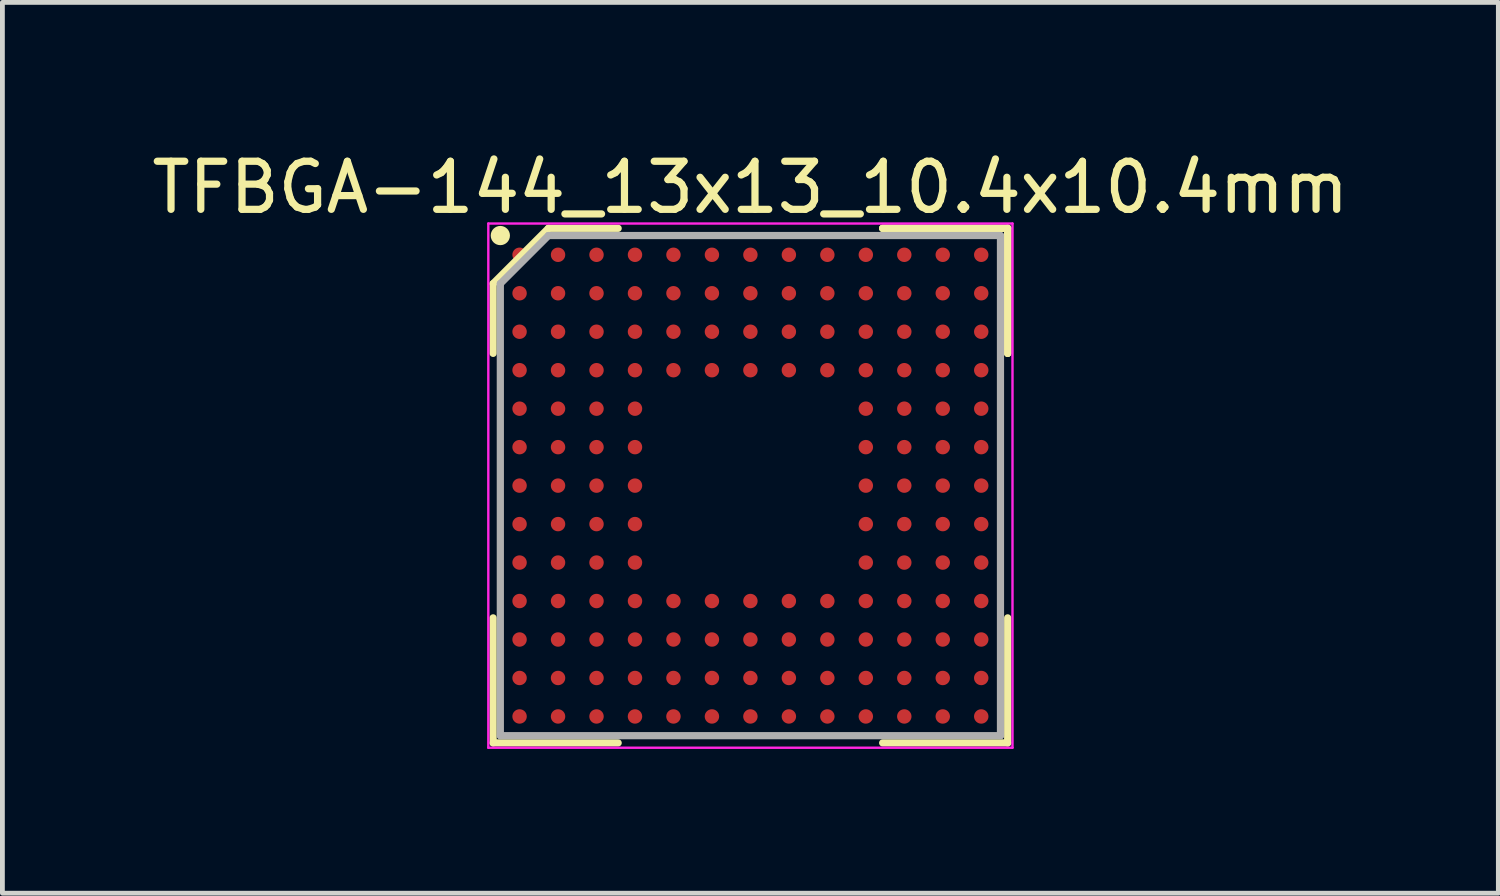
<source format=kicad_pcb>
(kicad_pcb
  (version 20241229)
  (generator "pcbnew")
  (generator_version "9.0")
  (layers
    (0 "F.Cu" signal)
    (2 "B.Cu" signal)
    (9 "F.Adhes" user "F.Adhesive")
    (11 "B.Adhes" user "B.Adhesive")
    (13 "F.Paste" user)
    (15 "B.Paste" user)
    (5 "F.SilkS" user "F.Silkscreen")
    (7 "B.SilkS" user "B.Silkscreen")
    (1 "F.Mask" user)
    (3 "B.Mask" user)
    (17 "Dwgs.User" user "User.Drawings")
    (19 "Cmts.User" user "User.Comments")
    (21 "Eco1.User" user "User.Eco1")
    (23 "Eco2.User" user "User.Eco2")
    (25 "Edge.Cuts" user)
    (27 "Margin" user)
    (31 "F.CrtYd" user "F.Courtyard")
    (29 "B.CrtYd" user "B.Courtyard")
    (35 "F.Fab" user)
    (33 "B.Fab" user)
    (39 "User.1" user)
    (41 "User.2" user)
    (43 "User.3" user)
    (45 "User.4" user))
  (footprint "TFBGA-144_13x13_10.4x10.4mm"
    (layer "F.Cu")
    (at 12.554 7.048)
    (property "Reference" "TFBGA-144_13x13_10.4x10.4mm" (at 0 -6.2 0) (layer "F.SilkS") (effects (font (size 1 1) (thickness 0.15))))
    (attr smd)
    (fp_line (start -5.35 -4.2) (end -5.35 -2.75) (stroke (width 0.15) (type solid)) (layer "F.SilkS"))
    (fp_line (start -5.35 5.35) (end -5.35 2.75) (stroke (width 0.15) (type solid)) (layer "F.SilkS"))
    (fp_line (start -4.2 -5.35) (end -5.35 -4.2) (stroke (width 0.15) (type solid)) (layer "F.SilkS"))
    (fp_line (start -2.75 -5.35) (end -4.2 -5.35) (stroke (width 0.15) (type solid)) (layer "F.SilkS"))
    (fp_line (start -2.75 5.35) (end -5.35 5.35) (stroke (width 0.15) (type solid)) (layer "F.SilkS"))
    (fp_line (start 2.75 -5.35) (end 5.35 -5.35) (stroke (width 0.15) (type solid)) (layer "F.SilkS"))
    (fp_line (start 2.75 -5.35) (end 5.35 -5.35) (stroke (width 0.15) (type solid)) (layer "F.SilkS"))
    (fp_line (start 2.75 -5.35) (end 5.35 -5.35) (stroke (width 0.15) (type solid)) (layer "F.SilkS"))
    (fp_line (start 2.75 5.35) (end 5.35 5.35) (stroke (width 0.15) (type solid)) (layer "F.SilkS"))
    (fp_line (start 5.35 -5.35) (end 5.35 -2.75) (stroke (width 0.15) (type solid)) (layer "F.SilkS"))
    (fp_line (start 5.35 -5.35) (end 5.35 -2.75) (stroke (width 0.15) (type solid)) (layer "F.SilkS"))
    (fp_line (start 5.35 -5.35) (end 5.35 -2.75) (stroke (width 0.15) (type solid)) (layer "F.SilkS"))
    (fp_line (start 5.35 5.35) (end 5.35 2.75) (stroke (width 0.15) (type solid)) (layer "F.SilkS"))
    (fp_circle (center -5.2 -5.2) (end -5.2 -5.1) (stroke (width 0.2) (type solid)) (fill no) (layer "F.SilkS"))
    (fp_line (start -5.45 -5.45) (end 5.45 -5.45) (stroke (width 0.05) (type solid)) (layer "F.CrtYd"))
    (fp_line (start -5.45 5.45) (end -5.45 -5.45) (stroke (width 0.05) (type solid)) (layer "F.CrtYd"))
    (fp_line (start 5.45 -5.45) (end 5.45 5.45) (stroke (width 0.05) (type solid)) (layer "F.CrtYd"))
    (fp_line (start 5.45 5.45) (end -5.45 5.45) (stroke (width 0.05) (type solid)) (layer "F.CrtYd"))
    (fp_line (start -5.2 -4.2) (end -5.2 5.2) (stroke (width 0.15) (type solid)) (layer "F.Fab"))
    (fp_line (start -5.2 5.2) (end 5.2 5.2) (stroke (width 0.15) (type solid)) (layer "F.Fab"))
    (fp_line (start -4.2 -5.2) (end -5.2 -4.2) (stroke (width 0.15) (type solid)) (layer "F.Fab"))
    (fp_line (start 5.2 -5.2) (end -4.2 -5.2) (stroke (width 0.15) (type solid)) (layer "F.Fab"))
    (fp_line (start 5.2 5.2) (end 5.2 -5.2) (stroke (width 0.15) (type solid)) (layer "F.Fab"))
    (pad "A1" smd circle (at -4.8 -4.8) (size 0.3 0.3) (layers "F.Cu" "F.Mask" "F.Paste"))
    (pad "A2" smd circle (at -4 -4.8) (size 0.3 0.3) (layers "F.Cu" "F.Mask" "F.Paste"))
    (pad "A3" smd circle (at -3.2 -4.8) (size 0.3 0.3) (layers "F.Cu" "F.Mask" "F.Paste"))
    (pad "A4" smd circle (at -2.4 -4.8) (size 0.3 0.3) (layers "F.Cu" "F.Mask" "F.Paste"))
    (pad "A5" smd circle (at -1.6 -4.8) (size 0.3 0.3) (layers "F.Cu" "F.Mask" "F.Paste"))
    (pad "A6" smd circle (at -0.8 -4.8) (size 0.3 0.3) (layers "F.Cu" "F.Mask" "F.Paste"))
    (pad "A7" smd circle (at 0 -4.8) (size 0.3 0.3) (layers "F.Cu" "F.Mask" "F.Paste"))
    (pad "A8" smd circle (at 0.8 -4.8) (size 0.3 0.3) (layers "F.Cu" "F.Mask" "F.Paste"))
    (pad "A9" smd circle (at 1.6 -4.8) (size 0.3 0.3) (layers "F.Cu" "F.Mask" "F.Paste"))
    (pad "A10" smd circle (at 2.4 -4.8) (size 0.3 0.3) (layers "F.Cu" "F.Mask" "F.Paste"))
    (pad "A11" smd circle (at 3.2 -4.8) (size 0.3 0.3) (layers "F.Cu" "F.Mask" "F.Paste"))
    (pad "A12" smd circle (at 4 -4.8) (size 0.3 0.3) (layers "F.Cu" "F.Mask" "F.Paste"))
    (pad "A13" smd circle (at 4.8 -4.8) (size 0.3 0.3) (layers "F.Cu" "F.Mask" "F.Paste"))
    (pad "B1" smd circle (at -4.8 -4) (size 0.3 0.3) (layers "F.Cu" "F.Mask" "F.Paste"))
    (pad "B2" smd circle (at -4 -4) (size 0.3 0.3) (layers "F.Cu" "F.Mask" "F.Paste"))
    (pad "B3" smd circle (at -3.2 -4) (size 0.3 0.3) (layers "F.Cu" "F.Mask" "F.Paste"))
    (pad "B4" smd circle (at -2.4 -4) (size 0.3 0.3) (layers "F.Cu" "F.Mask" "F.Paste"))
    (pad "B5" smd circle (at -1.6 -4) (size 0.3 0.3) (layers "F.Cu" "F.Mask" "F.Paste"))
    (pad "B6" smd circle (at -0.8 -4) (size 0.3 0.3) (layers "F.Cu" "F.Mask" "F.Paste"))
    (pad "B7" smd circle (at 0 -4) (size 0.3 0.3) (layers "F.Cu" "F.Mask" "F.Paste"))
    (pad "B8" smd circle (at 0.8 -4) (size 0.3 0.3) (layers "F.Cu" "F.Mask" "F.Paste"))
    (pad "B9" smd circle (at 1.6 -4) (size 0.3 0.3) (layers "F.Cu" "F.Mask" "F.Paste"))
    (pad "B10" smd circle (at 2.4 -4) (size 0.3 0.3) (layers "F.Cu" "F.Mask" "F.Paste"))
    (pad "B11" smd circle (at 3.2 -4) (size 0.3 0.3) (layers "F.Cu" "F.Mask" "F.Paste"))
    (pad "B12" smd circle (at 4 -4) (size 0.3 0.3) (layers "F.Cu" "F.Mask" "F.Paste"))
    (pad "B13" smd circle (at 4.8 -4) (size 0.3 0.3) (layers "F.Cu" "F.Mask" "F.Paste"))
    (pad "C1" smd circle (at -4.8 -3.2) (size 0.3 0.3) (layers "F.Cu" "F.Mask" "F.Paste"))
    (pad "C2" smd circle (at -4 -3.2) (size 0.3 0.3) (layers "F.Cu" "F.Mask" "F.Paste"))
    (pad "C3" smd circle (at -3.2 -3.2) (size 0.3 0.3) (layers "F.Cu" "F.Mask" "F.Paste"))
    (pad "C4" smd circle (at -2.4 -3.2) (size 0.3 0.3) (layers "F.Cu" "F.Mask" "F.Paste"))
    (pad "C5" smd circle (at -1.6 -3.2) (size 0.3 0.3) (layers "F.Cu" "F.Mask" "F.Paste"))
    (pad "C6" smd circle (at -0.8 -3.2) (size 0.3 0.3) (layers "F.Cu" "F.Mask" "F.Paste"))
    (pad "C7" smd circle (at 0 -3.2) (size 0.3 0.3) (layers "F.Cu" "F.Mask" "F.Paste"))
    (pad "C8" smd circle (at 0.8 -3.2) (size 0.3 0.3) (layers "F.Cu" "F.Mask" "F.Paste"))
    (pad "C9" smd circle (at 1.6 -3.2) (size 0.3 0.3) (layers "F.Cu" "F.Mask" "F.Paste"))
    (pad "C10" smd circle (at 2.4 -3.2) (size 0.3 0.3) (layers "F.Cu" "F.Mask" "F.Paste"))
    (pad "C11" smd circle (at 3.2 -3.2) (size 0.3 0.3) (layers "F.Cu" "F.Mask" "F.Paste"))
    (pad "C12" smd circle (at 4 -3.2) (size 0.3 0.3) (layers "F.Cu" "F.Mask" "F.Paste"))
    (pad "C13" smd circle (at 4.8 -3.2) (size 0.3 0.3) (layers "F.Cu" "F.Mask" "F.Paste"))
    (pad "D1" smd circle (at -4.8 -2.4) (size 0.3 0.3) (layers "F.Cu" "F.Mask" "F.Paste"))
    (pad "D2" smd circle (at -4 -2.4) (size 0.3 0.3) (layers "F.Cu" "F.Mask" "F.Paste"))
    (pad "D3" smd circle (at -3.2 -2.4) (size 0.3 0.3) (layers "F.Cu" "F.Mask" "F.Paste"))
    (pad "D4" smd circle (at -2.4 -2.4) (size 0.3 0.3) (layers "F.Cu" "F.Mask" "F.Paste"))
    (pad "D5" smd circle (at -1.6 -2.4) (size 0.3 0.3) (layers "F.Cu" "F.Mask" "F.Paste"))
    (pad "D6" smd circle (at -0.8 -2.4) (size 0.3 0.3) (layers "F.Cu" "F.Mask" "F.Paste"))
    (pad "D7" smd circle (at 0 -2.4) (size 0.3 0.3) (layers "F.Cu" "F.Mask" "F.Paste"))
    (pad "D8" smd circle (at 0.8 -2.4) (size 0.3 0.3) (layers "F.Cu" "F.Mask" "F.Paste"))
    (pad "D9" smd circle (at 1.6 -2.4) (size 0.3 0.3) (layers "F.Cu" "F.Mask" "F.Paste"))
    (pad "D10" smd circle (at 2.4 -2.4) (size 0.3 0.3) (layers "F.Cu" "F.Mask" "F.Paste"))
    (pad "D11" smd circle (at 3.2 -2.4) (size 0.3 0.3) (layers "F.Cu" "F.Mask" "F.Paste"))
    (pad "D12" smd circle (at 4 -2.4) (size 0.3 0.3) (layers "F.Cu" "F.Mask" "F.Paste"))
    (pad "D13" smd circle (at 4.8 -2.4) (size 0.3 0.3) (layers "F.Cu" "F.Mask" "F.Paste"))
    (pad "E1" smd circle (at -4.8 -1.6) (size 0.3 0.3) (layers "F.Cu" "F.Mask" "F.Paste"))
    (pad "E2" smd circle (at -4 -1.6) (size 0.3 0.3) (layers "F.Cu" "F.Mask" "F.Paste"))
    (pad "E3" smd circle (at -3.2 -1.6) (size 0.3 0.3) (layers "F.Cu" "F.Mask" "F.Paste"))
    (pad "E4" smd circle (at -2.4 -1.6) (size 0.3 0.3) (layers "F.Cu" "F.Mask" "F.Paste"))
    (pad "E10" smd circle (at 2.4 -1.6) (size 0.3 0.3) (layers "F.Cu" "F.Mask" "F.Paste"))
    (pad "E11" smd circle (at 3.2 -1.6) (size 0.3 0.3) (layers "F.Cu" "F.Mask" "F.Paste"))
    (pad "E12" smd circle (at 4 -1.6) (size 0.3 0.3) (layers "F.Cu" "F.Mask" "F.Paste"))
    (pad "E13" smd circle (at 4.8 -1.6) (size 0.3 0.3) (layers "F.Cu" "F.Mask" "F.Paste"))
    (pad "F1" smd circle (at -4.8 -0.8) (size 0.3 0.3) (layers "F.Cu" "F.Mask" "F.Paste"))
    (pad "F2" smd circle (at -4 -0.8) (size 0.3 0.3) (layers "F.Cu" "F.Mask" "F.Paste"))
    (pad "F3" smd circle (at -3.2 -0.8) (size 0.3 0.3) (layers "F.Cu" "F.Mask" "F.Paste"))
    (pad "F4" smd circle (at -2.4 -0.8) (size 0.3 0.3) (layers "F.Cu" "F.Mask" "F.Paste"))
    (pad "F10" smd circle (at 2.4 -0.8) (size 0.3 0.3) (layers "F.Cu" "F.Mask" "F.Paste"))
    (pad "F11" smd circle (at 3.2 -0.8) (size 0.3 0.3) (layers "F.Cu" "F.Mask" "F.Paste"))
    (pad "F12" smd circle (at 4 -0.8) (size 0.3 0.3) (layers "F.Cu" "F.Mask" "F.Paste"))
    (pad "F13" smd circle (at 4.8 -0.8) (size 0.3 0.3) (layers "F.Cu" "F.Mask" "F.Paste"))
    (pad "G1" smd circle (at -4.8 0) (size 0.3 0.3) (layers "F.Cu" "F.Mask" "F.Paste"))
    (pad "G2" smd circle (at -4 0) (size 0.3 0.3) (layers "F.Cu" "F.Mask" "F.Paste"))
    (pad "G3" smd circle (at -3.2 0) (size 0.3 0.3) (layers "F.Cu" "F.Mask" "F.Paste"))
    (pad "G4" smd circle (at -2.4 0) (size 0.3 0.3) (layers "F.Cu" "F.Mask" "F.Paste"))
    (pad "G10" smd circle (at 2.4 0) (size 0.3 0.3) (layers "F.Cu" "F.Mask" "F.Paste"))
    (pad "G11" smd circle (at 3.2 0) (size 0.3 0.3) (layers "F.Cu" "F.Mask" "F.Paste"))
    (pad "G12" smd circle (at 4 0) (size 0.3 0.3) (layers "F.Cu" "F.Mask" "F.Paste"))
    (pad "G13" smd circle (at 4.8 0) (size 0.3 0.3) (layers "F.Cu" "F.Mask" "F.Paste"))
    (pad "H1" smd circle (at -4.8 0.8) (size 0.3 0.3) (layers "F.Cu" "F.Mask" "F.Paste"))
    (pad "H2" smd circle (at -4 0.8) (size 0.3 0.3) (layers "F.Cu" "F.Mask" "F.Paste"))
    (pad "H3" smd circle (at -3.2 0.8) (size 0.3 0.3) (layers "F.Cu" "F.Mask" "F.Paste"))
    (pad "H4" smd circle (at -2.4 0.8) (size 0.3 0.3) (layers "F.Cu" "F.Mask" "F.Paste"))
    (pad "H10" smd circle (at 2.4 0.8) (size 0.3 0.3) (layers "F.Cu" "F.Mask" "F.Paste"))
    (pad "H11" smd circle (at 3.2 0.8) (size 0.3 0.3) (layers "F.Cu" "F.Mask" "F.Paste"))
    (pad "H12" smd circle (at 4 0.8) (size 0.3 0.3) (layers "F.Cu" "F.Mask" "F.Paste"))
    (pad "H13" smd circle (at 4.8 0.8) (size 0.3 0.3) (layers "F.Cu" "F.Mask" "F.Paste"))
    (pad "J1" smd circle (at -4.8 1.6) (size 0.3 0.3) (layers "F.Cu" "F.Mask" "F.Paste"))
    (pad "J2" smd circle (at -4 1.6) (size 0.3 0.3) (layers "F.Cu" "F.Mask" "F.Paste"))
    (pad "J3" smd circle (at -3.2 1.6) (size 0.3 0.3) (layers "F.Cu" "F.Mask" "F.Paste"))
    (pad "J4" smd circle (at -2.4 1.6) (size 0.3 0.3) (layers "F.Cu" "F.Mask" "F.Paste"))
    (pad "J10" smd circle (at 2.4 1.6) (size 0.3 0.3) (layers "F.Cu" "F.Mask" "F.Paste"))
    (pad "J11" smd circle (at 3.2 1.6) (size 0.3 0.3) (layers "F.Cu" "F.Mask" "F.Paste"))
    (pad "J12" smd circle (at 4 1.6) (size 0.3 0.3) (layers "F.Cu" "F.Mask" "F.Paste"))
    (pad "J13" smd circle (at 4.8 1.6) (size 0.3 0.3) (layers "F.Cu" "F.Mask" "F.Paste"))
    (pad "K1" smd circle (at -4.8 2.4) (size 0.3 0.3) (layers "F.Cu" "F.Mask" "F.Paste"))
    (pad "K2" smd circle (at -4 2.4) (size 0.3 0.3) (layers "F.Cu" "F.Mask" "F.Paste"))
    (pad "K3" smd circle (at -3.2 2.4) (size 0.3 0.3) (layers "F.Cu" "F.Mask" "F.Paste"))
    (pad "K4" smd circle (at -2.4 2.4) (size 0.3 0.3) (layers "F.Cu" "F.Mask" "F.Paste"))
    (pad "K5" smd circle (at -1.6 2.4) (size 0.3 0.3) (layers "F.Cu" "F.Mask" "F.Paste"))
    (pad "K6" smd circle (at -0.8 2.4) (size 0.3 0.3) (layers "F.Cu" "F.Mask" "F.Paste"))
    (pad "K7" smd circle (at 0 2.4) (size 0.3 0.3) (layers "F.Cu" "F.Mask" "F.Paste"))
    (pad "K8" smd circle (at 0.8 2.4) (size 0.3 0.3) (layers "F.Cu" "F.Mask" "F.Paste"))
    (pad "K9" smd circle (at 1.6 2.4) (size 0.3 0.3) (layers "F.Cu" "F.Mask" "F.Paste"))
    (pad "K10" smd circle (at 2.4 2.4) (size 0.3 0.3) (layers "F.Cu" "F.Mask" "F.Paste"))
    (pad "K11" smd circle (at 3.2 2.4) (size 0.3 0.3) (layers "F.Cu" "F.Mask" "F.Paste"))
    (pad "K12" smd circle (at 4 2.4) (size 0.3 0.3) (layers "F.Cu" "F.Mask" "F.Paste"))
    (pad "K13" smd circle (at 4.8 2.4) (size 0.3 0.3) (layers "F.Cu" "F.Mask" "F.Paste"))
    (pad "L1" smd circle (at -4.8 3.2) (size 0.3 0.3) (layers "F.Cu" "F.Mask" "F.Paste"))
    (pad "L2" smd circle (at -4 3.2) (size 0.3 0.3) (layers "F.Cu" "F.Mask" "F.Paste"))
    (pad "L3" smd circle (at -3.2 3.2) (size 0.3 0.3) (layers "F.Cu" "F.Mask" "F.Paste"))
    (pad "L4" smd circle (at -2.4 3.2) (size 0.3 0.3) (layers "F.Cu" "F.Mask" "F.Paste"))
    (pad "L5" smd circle (at -1.6 3.2) (size 0.3 0.3) (layers "F.Cu" "F.Mask" "F.Paste"))
    (pad "L6" smd circle (at -0.8 3.2) (size 0.3 0.3) (layers "F.Cu" "F.Mask" "F.Paste"))
    (pad "L7" smd circle (at 0 3.2) (size 0.3 0.3) (layers "F.Cu" "F.Mask" "F.Paste"))
    (pad "L8" smd circle (at 0.8 3.2) (size 0.3 0.3) (layers "F.Cu" "F.Mask" "F.Paste"))
    (pad "L9" smd circle (at 1.6 3.2) (size 0.3 0.3) (layers "F.Cu" "F.Mask" "F.Paste"))
    (pad "L10" smd circle (at 2.4 3.2) (size 0.3 0.3) (layers "F.Cu" "F.Mask" "F.Paste"))
    (pad "L11" smd circle (at 3.2 3.2) (size 0.3 0.3) (layers "F.Cu" "F.Mask" "F.Paste"))
    (pad "L12" smd circle (at 4 3.2) (size 0.3 0.3) (layers "F.Cu" "F.Mask" "F.Paste"))
    (pad "L13" smd circle (at 4.8 3.2) (size 0.3 0.3) (layers "F.Cu" "F.Mask" "F.Paste"))
    (pad "M1" smd circle (at -4.8 4) (size 0.3 0.3) (layers "F.Cu" "F.Mask" "F.Paste"))
    (pad "M2" smd circle (at -4 4) (size 0.3 0.3) (layers "F.Cu" "F.Mask" "F.Paste"))
    (pad "M3" smd circle (at -3.2 4) (size 0.3 0.3) (layers "F.Cu" "F.Mask" "F.Paste"))
    (pad "M4" smd circle (at -2.4 4) (size 0.3 0.3) (layers "F.Cu" "F.Mask" "F.Paste"))
    (pad "M5" smd circle (at -1.6 4) (size 0.3 0.3) (layers "F.Cu" "F.Mask" "F.Paste"))
    (pad "M6" smd circle (at -0.8 4) (size 0.3 0.3) (layers "F.Cu" "F.Mask" "F.Paste"))
    (pad "M7" smd circle (at 0 4) (size 0.3 0.3) (layers "F.Cu" "F.Mask" "F.Paste"))
    (pad "M8" smd circle (at 0.8 4) (size 0.3 0.3) (layers "F.Cu" "F.Mask" "F.Paste"))
    (pad "M9" smd circle (at 1.6 4) (size 0.3 0.3) (layers "F.Cu" "F.Mask" "F.Paste"))
    (pad "M10" smd circle (at 2.4 4) (size 0.3 0.3) (layers "F.Cu" "F.Mask" "F.Paste"))
    (pad "M11" smd circle (at 3.2 4) (size 0.3 0.3) (layers "F.Cu" "F.Mask" "F.Paste"))
    (pad "M12" smd circle (at 4 4) (size 0.3 0.3) (layers "F.Cu" "F.Mask" "F.Paste"))
    (pad "M13" smd circle (at 4.8 4) (size 0.3 0.3) (layers "F.Cu" "F.Mask" "F.Paste"))
    (pad "N1" smd circle (at -4.8 4.8) (size 0.3 0.3) (layers "F.Cu" "F.Mask" "F.Paste"))
    (pad "N2" smd circle (at -4 4.8) (size 0.3 0.3) (layers "F.Cu" "F.Mask" "F.Paste"))
    (pad "N3" smd circle (at -3.2 4.8) (size 0.3 0.3) (layers "F.Cu" "F.Mask" "F.Paste"))
    (pad "N4" smd circle (at -2.4 4.8) (size 0.3 0.3) (layers "F.Cu" "F.Mask" "F.Paste"))
    (pad "N5" smd circle (at -1.6 4.8) (size 0.3 0.3) (layers "F.Cu" "F.Mask" "F.Paste"))
    (pad "N6" smd circle (at -0.8 4.8) (size 0.3 0.3) (layers "F.Cu" "F.Mask" "F.Paste"))
    (pad "N7" smd circle (at 0 4.8) (size 0.3 0.3) (layers "F.Cu" "F.Mask" "F.Paste"))
    (pad "N8" smd circle (at 0.8 4.8) (size 0.3 0.3) (layers "F.Cu" "F.Mask" "F.Paste"))
    (pad "N9" smd circle (at 1.6 4.8) (size 0.3 0.3) (layers "F.Cu" "F.Mask" "F.Paste"))
    (pad "N10" smd circle (at 2.4 4.8) (size 0.3 0.3) (layers "F.Cu" "F.Mask" "F.Paste"))
    (pad "N11" smd circle (at 3.2 4.8) (size 0.3 0.3) (layers "F.Cu" "F.Mask" "F.Paste"))
    (pad "N12" smd circle (at 4 4.8) (size 0.3 0.3) (layers "F.Cu" "F.Mask" "F.Paste"))
    (pad "N13" smd circle (at 4.8 4.8) (size 0.3 0.3) (layers "F.Cu" "F.Mask" "F.Paste")))
  (gr_rect
    (start -3 -3)
    (end 28.107 15.523)
    (stroke (width 0.1) (type default))
    (fill no)
    (layer "Edge.Cuts")))
</source>
